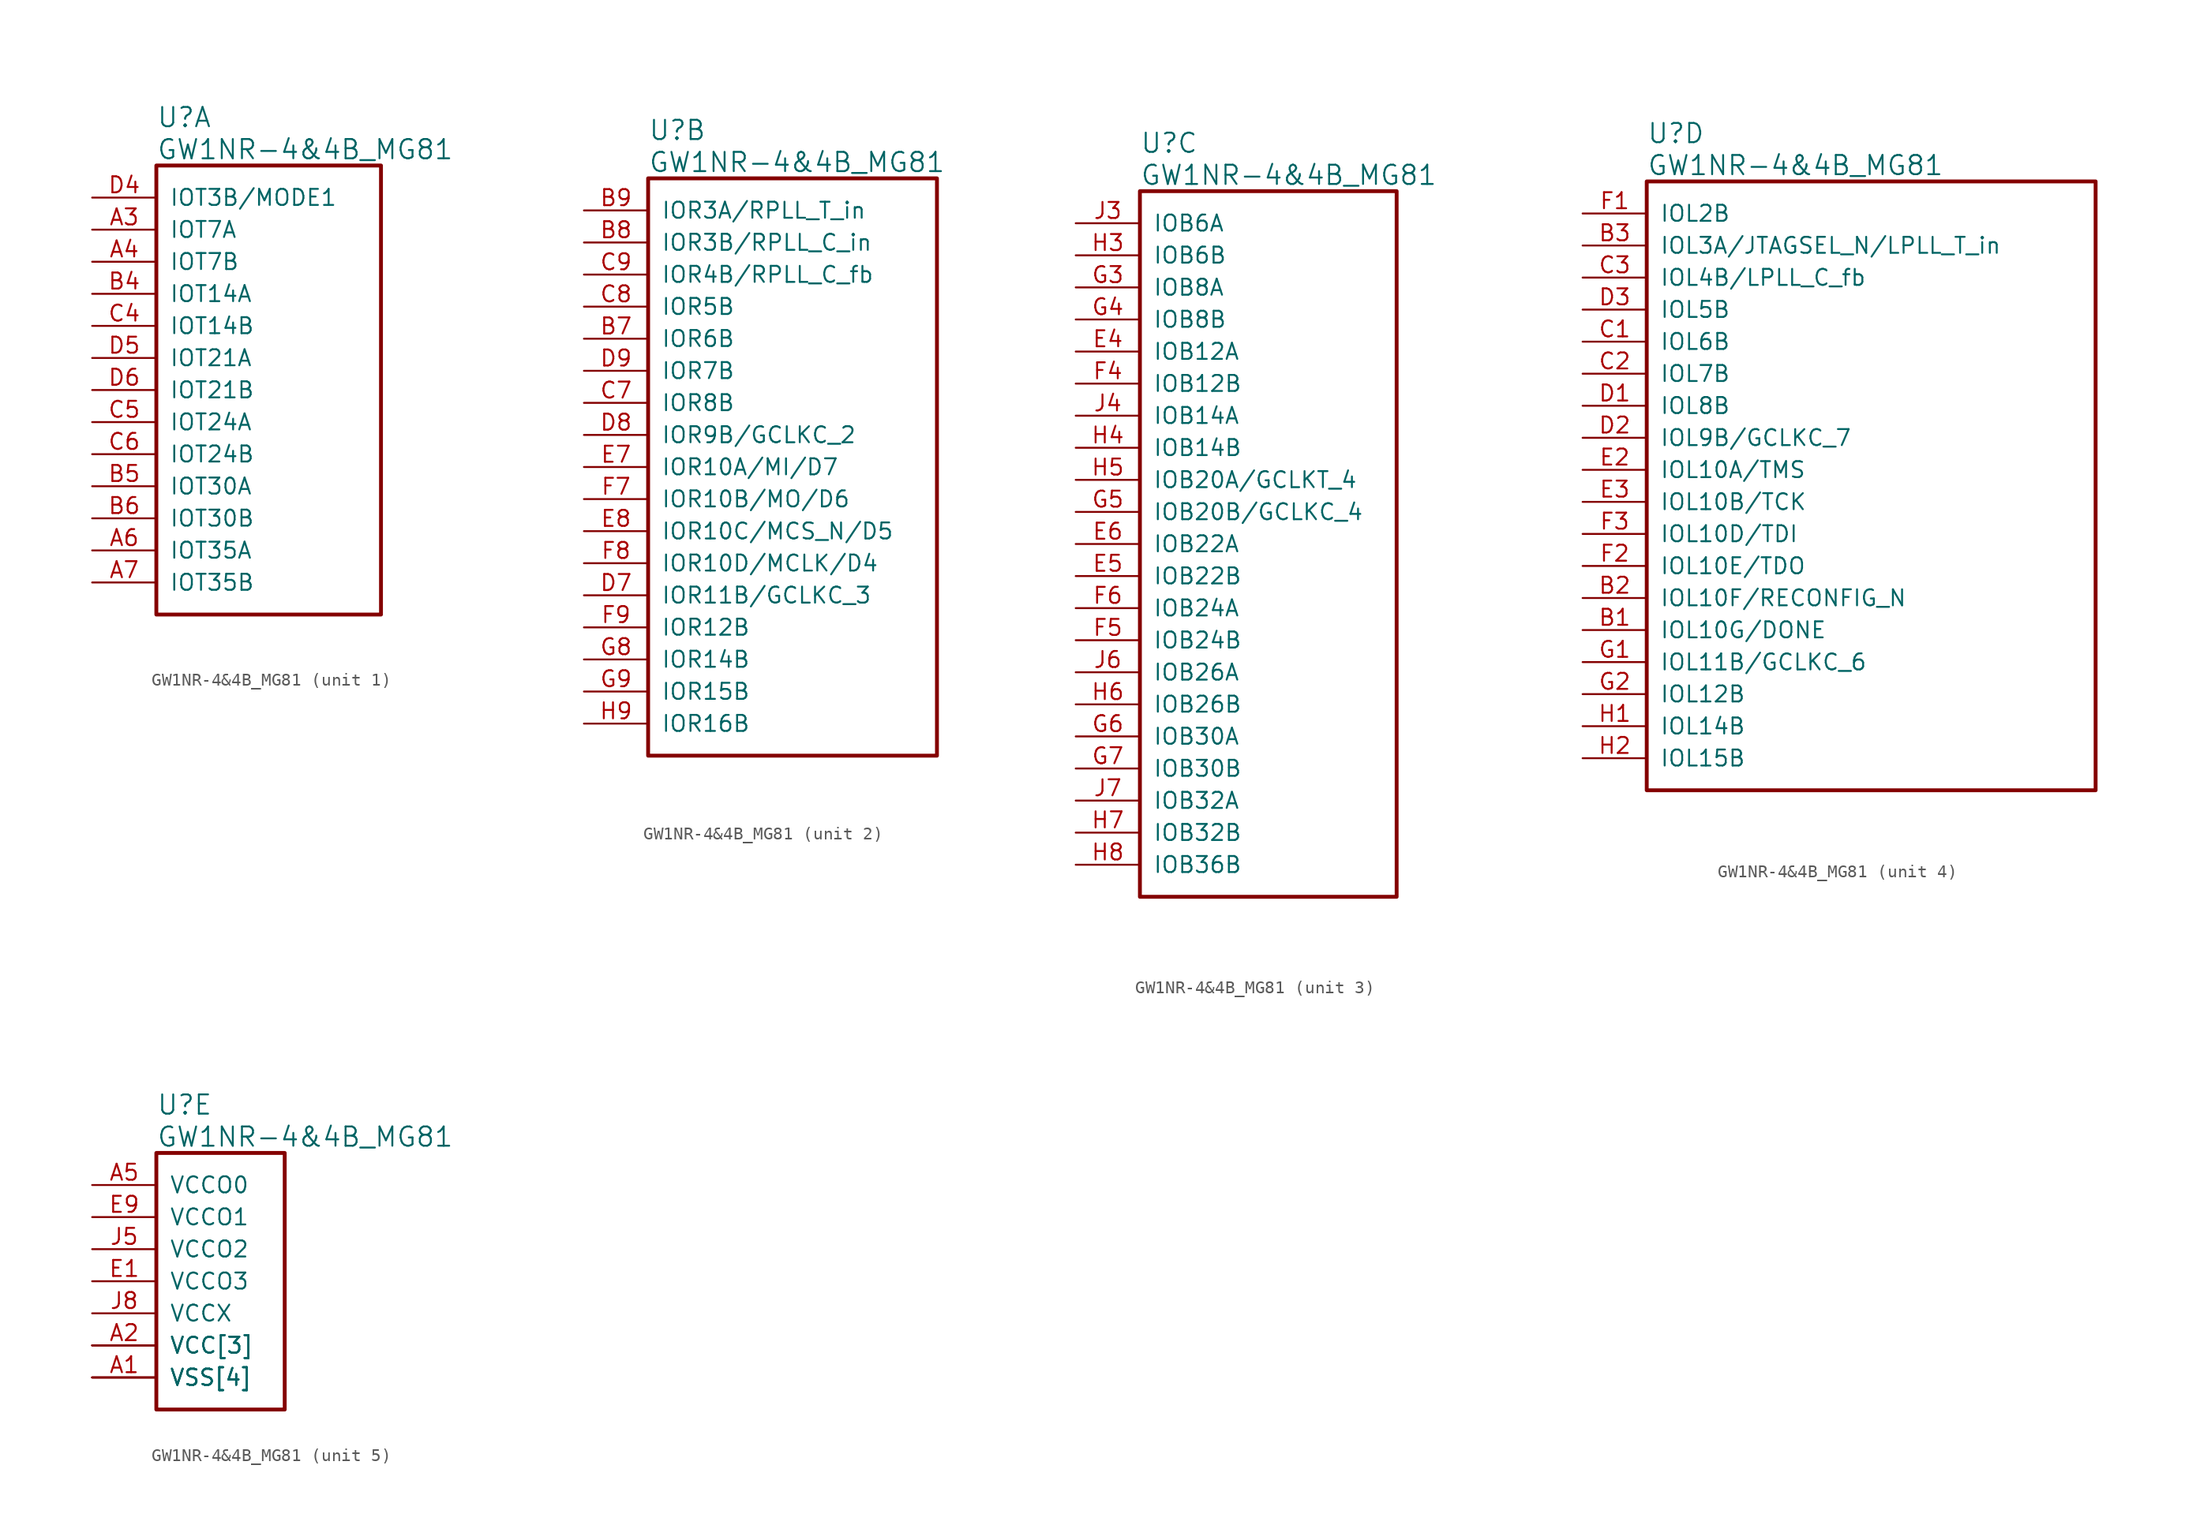
<source format=kicad_sym>
(kicad_symbol_lib
  (version 20241209)
  (generator "kicad_symbol_editor")
  (generator_version "9.0")
  (symbol "GW1NR-4&4B_MG81"
    (pin_names
      (offset 1.016))
    (property "Reference" "U"
      (at 5.08 6.35 0)
      (effects (font (size 1.524 1.524)) (justify left)))
    (property "Value" "GW1NR-4&4B_MG81"
      (at 5.08 3.81 0)
      (effects (font (size 1.524 1.524)) (justify left)))
    (property "ki_locked" ""
      (at 0 0 0)
      (effects (font (size 1.27 1.27))))
    (symbol "GW1NR-4&4B_MG81_1_1"
      (rectangle (start 5.08 2.54) (end 22.86 -33.02) (stroke (width 0.305) (type solid)) (fill (type none)))
      (pin bidirectional line (at 0 0 0) (length 5.08) (name "IOT3B/MODE1" (effects (font (size 1.27 1.27)))) (number "D4" (effects (font (size 1.27 1.27)))))
      (pin bidirectional line (at 0 -2.54 0) (length 5.08) (name "IOT7A" (effects (font (size 1.27 1.27)))) (number "A3" (effects (font (size 1.27 1.27)))))
      (pin bidirectional line (at 0 -5.08 0) (length 5.08) (name "IOT7B" (effects (font (size 1.27 1.27)))) (number "A4" (effects (font (size 1.27 1.27)))))
      (pin bidirectional line (at 0 -7.62 0) (length 5.08) (name "IOT14A" (effects (font (size 1.27 1.27)))) (number "B4" (effects (font (size 1.27 1.27)))))
      (pin bidirectional line (at 0 -10.16 0) (length 5.08) (name "IOT14B" (effects (font (size 1.27 1.27)))) (number "C4" (effects (font (size 1.27 1.27)))))
      (pin bidirectional line (at 0 -12.7 0) (length 5.08) (name "IOT21A" (effects (font (size 1.27 1.27)))) (number "D5" (effects (font (size 1.27 1.27)))))
      (pin bidirectional line (at 0 -15.24 0) (length 5.08) (name "IOT21B" (effects (font (size 1.27 1.27)))) (number "D6" (effects (font (size 1.27 1.27)))))
      (pin bidirectional line (at 0 -17.78 0) (length 5.08) (name "IOT24A" (effects (font (size 1.27 1.27)))) (number "C5" (effects (font (size 1.27 1.27)))))
      (pin bidirectional line (at 0 -20.32 0) (length 5.08) (name "IOT24B" (effects (font (size 1.27 1.27)))) (number "C6" (effects (font (size 1.27 1.27)))))
      (pin bidirectional line (at 0 -22.86 0) (length 5.08) (name "IOT30A" (effects (font (size 1.27 1.27)))) (number "B5" (effects (font (size 1.27 1.27)))))
      (pin bidirectional line (at 0 -25.4 0) (length 5.08) (name "IOT30B" (effects (font (size 1.27 1.27)))) (number "B6" (effects (font (size 1.27 1.27)))))
      (pin bidirectional line (at 0 -27.94 0) (length 5.08) (name "IOT35A" (effects (font (size 1.27 1.27)))) (number "A6" (effects (font (size 1.27 1.27)))))
      (pin bidirectional line (at 0 -30.48 0) (length 5.08) (name "IOT35B" (effects (font (size 1.27 1.27)))) (number "A7" (effects (font (size 1.27 1.27))))))
    (symbol "GW1NR-4&4B_MG81_2_1"
      (rectangle (start 5.08 2.54) (end 27.94 -43.18) (stroke (width 0.305) (type solid)) (fill (type none)))
      (pin bidirectional line (at 0 0 0) (length 5.08) (name "IOR3A/RPLL_T_in" (effects (font (size 1.27 1.27)))) (number "B9" (effects (font (size 1.27 1.27)))))
      (pin bidirectional line (at 0 -2.54 0) (length 5.08) (name "IOR3B/RPLL_C_in" (effects (font (size 1.27 1.27)))) (number "B8" (effects (font (size 1.27 1.27)))))
      (pin bidirectional line (at 0 -5.08 0) (length 5.08) (name "IOR4B/RPLL_C_fb" (effects (font (size 1.27 1.27)))) (number "C9" (effects (font (size 1.27 1.27)))))
      (pin bidirectional line (at 0 -7.62 0) (length 5.08) (name "IOR5B" (effects (font (size 1.27 1.27)))) (number "C8" (effects (font (size 1.27 1.27)))))
      (pin bidirectional line (at 0 -10.16 0) (length 5.08) (name "IOR6B" (effects (font (size 1.27 1.27)))) (number "B7" (effects (font (size 1.27 1.27)))))
      (pin bidirectional line (at 0 -12.7 0) (length 5.08) (name "IOR7B" (effects (font (size 1.27 1.27)))) (number "D9" (effects (font (size 1.27 1.27)))))
      (pin bidirectional line (at 0 -15.24 0) (length 5.08) (name "IOR8B" (effects (font (size 1.27 1.27)))) (number "C7" (effects (font (size 1.27 1.27)))))
      (pin bidirectional line (at 0 -17.78 0) (length 5.08) (name "IOR9B/GCLKC_2" (effects (font (size 1.27 1.27)))) (number "D8" (effects (font (size 1.27 1.27)))))
      (pin bidirectional line (at 0 -20.32 0) (length 5.08) (name "IOR10A/MI/D7" (effects (font (size 1.27 1.27)))) (number "E7" (effects (font (size 1.27 1.27)))))
      (pin bidirectional line (at 0 -22.86 0) (length 5.08) (name "IOR10B/MO/D6" (effects (font (size 1.27 1.27)))) (number "F7" (effects (font (size 1.27 1.27)))))
      (pin bidirectional line (at 0 -25.4 0) (length 5.08) (name "IOR10C/MCS_N/D5" (effects (font (size 1.27 1.27)))) (number "E8" (effects (font (size 1.27 1.27)))))
      (pin bidirectional line (at 0 -27.94 0) (length 5.08) (name "IOR10D/MCLK/D4" (effects (font (size 1.27 1.27)))) (number "F8" (effects (font (size 1.27 1.27)))))
      (pin bidirectional line (at 0 -30.48 0) (length 5.08) (name "IOR11B/GCLKC_3" (effects (font (size 1.27 1.27)))) (number "D7" (effects (font (size 1.27 1.27)))))
      (pin bidirectional line (at 0 -33.02 0) (length 5.08) (name "IOR12B" (effects (font (size 1.27 1.27)))) (number "F9" (effects (font (size 1.27 1.27)))))
      (pin bidirectional line (at 0 -35.56 0) (length 5.08) (name "IOR14B" (effects (font (size 1.27 1.27)))) (number "G8" (effects (font (size 1.27 1.27)))))
      (pin bidirectional line (at 0 -38.1 0) (length 5.08) (name "IOR15B" (effects (font (size 1.27 1.27)))) (number "G9" (effects (font (size 1.27 1.27)))))
      (pin bidirectional line (at 0 -40.64 0) (length 5.08) (name "IOR16B" (effects (font (size 1.27 1.27)))) (number "H9" (effects (font (size 1.27 1.27))))))
    (symbol "GW1NR-4&4B_MG81_3_1"
      (rectangle (start 5.08 2.54) (end 25.4 -53.34) (stroke (width 0.305) (type solid)) (fill (type none)))
      (pin bidirectional line (at 0 0 0) (length 5.08) (name "IOB6A" (effects (font (size 1.27 1.27)))) (number "J3" (effects (font (size 1.27 1.27)))))
      (pin bidirectional line (at 0 -2.54 0) (length 5.08) (name "IOB6B" (effects (font (size 1.27 1.27)))) (number "H3" (effects (font (size 1.27 1.27)))))
      (pin bidirectional line (at 0 -5.08 0) (length 5.08) (name "IOB8A" (effects (font (size 1.27 1.27)))) (number "G3" (effects (font (size 1.27 1.27)))))
      (pin bidirectional line (at 0 -7.62 0) (length 5.08) (name "IOB8B" (effects (font (size 1.27 1.27)))) (number "G4" (effects (font (size 1.27 1.27)))))
      (pin bidirectional line (at 0 -10.16 0) (length 5.08) (name "IOB12A" (effects (font (size 1.27 1.27)))) (number "E4" (effects (font (size 1.27 1.27)))))
      (pin bidirectional line (at 0 -12.7 0) (length 5.08) (name "IOB12B" (effects (font (size 1.27 1.27)))) (number "F4" (effects (font (size 1.27 1.27)))))
      (pin bidirectional line (at 0 -15.24 0) (length 5.08) (name "IOB14A" (effects (font (size 1.27 1.27)))) (number "J4" (effects (font (size 1.27 1.27)))))
      (pin bidirectional line (at 0 -17.78 0) (length 5.08) (name "IOB14B" (effects (font (size 1.27 1.27)))) (number "H4" (effects (font (size 1.27 1.27)))))
      (pin bidirectional line (at 0 -20.32 0) (length 5.08) (name "IOB20A/GCLKT_4" (effects (font (size 1.27 1.27)))) (number "H5" (effects (font (size 1.27 1.27)))))
      (pin bidirectional line (at 0 -22.86 0) (length 5.08) (name "IOB20B/GCLKC_4" (effects (font (size 1.27 1.27)))) (number "G5" (effects (font (size 1.27 1.27)))))
      (pin bidirectional line (at 0 -25.4 0) (length 5.08) (name "IOB22A" (effects (font (size 1.27 1.27)))) (number "E6" (effects (font (size 1.27 1.27)))))
      (pin bidirectional line (at 0 -27.94 0) (length 5.08) (name "IOB22B" (effects (font (size 1.27 1.27)))) (number "E5" (effects (font (size 1.27 1.27)))))
      (pin bidirectional line (at 0 -30.48 0) (length 5.08) (name "IOB24A" (effects (font (size 1.27 1.27)))) (number "F6" (effects (font (size 1.27 1.27)))))
      (pin bidirectional line (at 0 -33.02 0) (length 5.08) (name "IOB24B" (effects (font (size 1.27 1.27)))) (number "F5" (effects (font (size 1.27 1.27)))))
      (pin bidirectional line (at 0 -35.56 0) (length 5.08) (name "IOB26A" (effects (font (size 1.27 1.27)))) (number "J6" (effects (font (size 1.27 1.27)))))
      (pin bidirectional line (at 0 -38.1 0) (length 5.08) (name "IOB26B" (effects (font (size 1.27 1.27)))) (number "H6" (effects (font (size 1.27 1.27)))))
      (pin bidirectional line (at 0 -40.64 0) (length 5.08) (name "IOB30A" (effects (font (size 1.27 1.27)))) (number "G6" (effects (font (size 1.27 1.27)))))
      (pin bidirectional line (at 0 -43.18 0) (length 5.08) (name "IOB30B" (effects (font (size 1.27 1.27)))) (number "G7" (effects (font (size 1.27 1.27)))))
      (pin bidirectional line (at 0 -45.72 0) (length 5.08) (name "IOB32A" (effects (font (size 1.27 1.27)))) (number "J7" (effects (font (size 1.27 1.27)))))
      (pin bidirectional line (at 0 -48.26 0) (length 5.08) (name "IOB32B" (effects (font (size 1.27 1.27)))) (number "H7" (effects (font (size 1.27 1.27)))))
      (pin bidirectional line (at 0 -50.8 0) (length 5.08) (name "IOB36B" (effects (font (size 1.27 1.27)))) (number "H8" (effects (font (size 1.27 1.27))))))
    (symbol "GW1NR-4&4B_MG81_4_1"
      (rectangle (start 5.08 2.54) (end 40.64 -45.72) (stroke (width 0.305) (type solid)) (fill (type none)))
      (pin bidirectional line (at 0 0 0) (length 5.08) (name "IOL2B" (effects (font (size 1.27 1.27)))) (number "F1" (effects (font (size 1.27 1.27)))))
      (pin bidirectional line (at 0 -2.54 0) (length 5.08) (name "IOL3A/JTAGSEL_N/LPLL_T_in" (effects (font (size 1.27 1.27)))) (number "B3" (effects (font (size 1.27 1.27)))))
      (pin bidirectional line (at 0 -5.08 0) (length 5.08) (name "IOL4B/LPLL_C_fb" (effects (font (size 1.27 1.27)))) (number "C3" (effects (font (size 1.27 1.27)))))
      (pin bidirectional line (at 0 -7.62 0) (length 5.08) (name "IOL5B" (effects (font (size 1.27 1.27)))) (number "D3" (effects (font (size 1.27 1.27)))))
      (pin bidirectional line (at 0 -10.16 0) (length 5.08) (name "IOL6B" (effects (font (size 1.27 1.27)))) (number "C1" (effects (font (size 1.27 1.27)))))
      (pin bidirectional line (at 0 -12.7 0) (length 5.08) (name "IOL7B" (effects (font (size 1.27 1.27)))) (number "C2" (effects (font (size 1.27 1.27)))))
      (pin bidirectional line (at 0 -15.24 0) (length 5.08) (name "IOL8B" (effects (font (size 1.27 1.27)))) (number "D1" (effects (font (size 1.27 1.27)))))
      (pin bidirectional line (at 0 -17.78 0) (length 5.08) (name "IOL9B/GCLKC_7" (effects (font (size 1.27 1.27)))) (number "D2" (effects (font (size 1.27 1.27)))))
      (pin bidirectional line (at 0 -20.32 0) (length 5.08) (name "IOL10A/TMS" (effects (font (size 1.27 1.27)))) (number "E2" (effects (font (size 1.27 1.27)))))
      (pin bidirectional line (at 0 -22.86 0) (length 5.08) (name "IOL10B/TCK" (effects (font (size 1.27 1.27)))) (number "E3" (effects (font (size 1.27 1.27)))))
      (pin bidirectional line (at 0 -25.4 0) (length 5.08) (name "IOL10D/TDI" (effects (font (size 1.27 1.27)))) (number "F3" (effects (font (size 1.27 1.27)))))
      (pin bidirectional line (at 0 -27.94 0) (length 5.08) (name "IOL10E/TDO" (effects (font (size 1.27 1.27)))) (number "F2" (effects (font (size 1.27 1.27)))))
      (pin bidirectional line (at 0 -30.48 0) (length 5.08) (name "IOL10F/RECONFIG_N" (effects (font (size 1.27 1.27)))) (number "B2" (effects (font (size 1.27 1.27)))))
      (pin bidirectional line (at 0 -33.02 0) (length 5.08) (name "IOL10G/DONE" (effects (font (size 1.27 1.27)))) (number "B1" (effects (font (size 1.27 1.27)))))
      (pin bidirectional line (at 0 -35.56 0) (length 5.08) (name "IOL11B/GCLKC_6" (effects (font (size 1.27 1.27)))) (number "G1" (effects (font (size 1.27 1.27)))))
      (pin bidirectional line (at 0 -38.1 0) (length 5.08) (name "IOL12B" (effects (font (size 1.27 1.27)))) (number "G2" (effects (font (size 1.27 1.27)))))
      (pin bidirectional line (at 0 -40.64 0) (length 5.08) (name "IOL14B" (effects (font (size 1.27 1.27)))) (number "H1" (effects (font (size 1.27 1.27)))))
      (pin bidirectional line (at 0 -43.18 0) (length 5.08) (name "IOL15B" (effects (font (size 1.27 1.27)))) (number "H2" (effects (font (size 1.27 1.27))))))
    (symbol "GW1NR-4&4B_MG81_5_1"
      (rectangle (start 5.08 2.54) (end 15.24 -17.78) (stroke (width 0.305) (type solid)) (fill (type none)))
      (pin power_in line (at 0 0 0) (length 5.08) (name "VCCO0" (effects (font (size 1.27 1.27)))) (number "A5" (effects (font (size 1.27 1.27)))))
      (pin power_in line (at 0 -2.54 0) (length 5.08) (name "VCCO1" (effects (font (size 1.27 1.27)))) (number "E9" (effects (font (size 1.27 1.27)))))
      (pin power_in line (at 0 -5.08 0) (length 5.08) (name "VCCO2" (effects (font (size 1.27 1.27)))) (number "J5" (effects (font (size 1.27 1.27)))))
      (pin power_in line (at 0 -7.62 0) (length 5.08) (name "VCCO3" (effects (font (size 1.27 1.27)))) (number "E1" (effects (font (size 1.27 1.27)))))
      (pin power_in line (at 0 -10.16 0) (length 5.08) (name "VCCX" (effects (font (size 1.27 1.27)))) (number "J8" (effects (font (size 1.27 1.27)))))
      (pin power_in line (at 0 -12.7 0) (length 5.08) (name "VCC[3]" (effects (font (size 1.27 1.27)))) (number "A2" (effects (font (size 1.27 1.27)))))
      (pin power_in line (at 0 -12.7 0) (length 5.08) (name "VCC[3]" (effects (font (size 1.27 1.27)))) (number "A8" (effects (font (size 0 0)))))
      (pin power_in line (at 0 -12.7 0) (length 5.08) (name "VCC[3]" (effects (font (size 1.27 1.27)))) (number "J2" (effects (font (size 0 0)))))
      (pin power_in line (at 0 -15.24 0) (length 5.08) (name "VSS[4]" (effects (font (size 1.27 1.27)))) (number "A1" (effects (font (size 1.27 1.27)))))
      (pin power_in line (at 0 -15.24 0) (length 5.08) (name "VSS[4]" (effects (font (size 1.27 1.27)))) (number "A9" (effects (font (size 0 0)))))
      (pin power_in line (at 0 -15.24 0) (length 5.08) (name "VSS[4]" (effects (font (size 1.27 1.27)))) (number "J1" (effects (font (size 0 0)))))
      (pin power_in line (at 0 -15.24 0) (length 5.08) (name "VSS[4]" (effects (font (size 1.27 1.27)))) (number "J9" (effects (font (size 0 0))))))))
</source>
